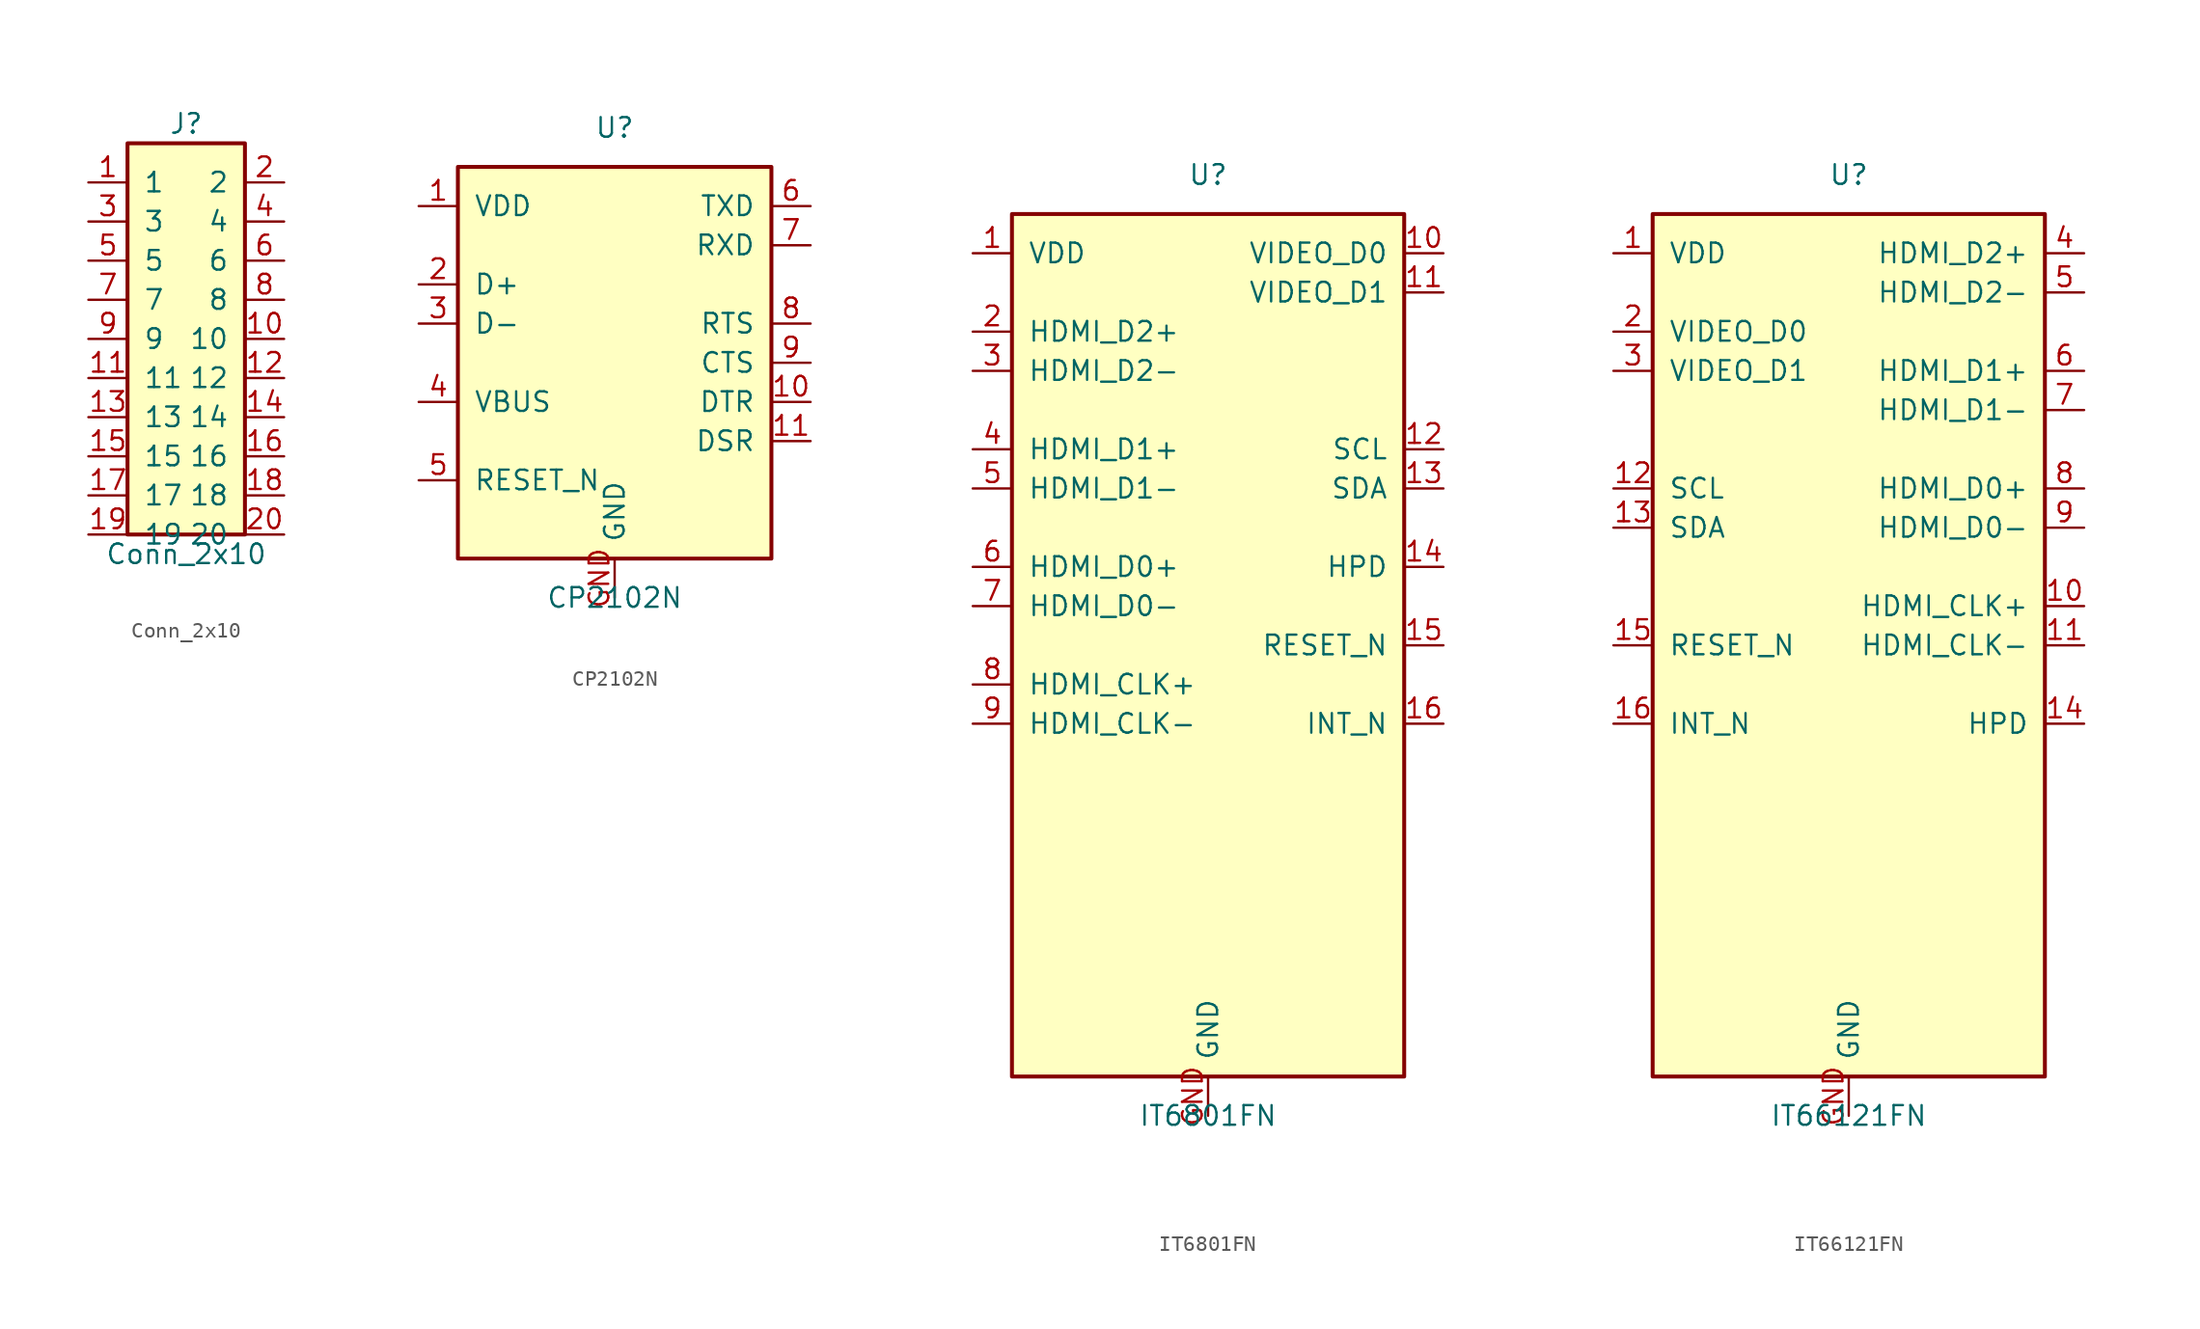
<source format=kicad_sym>
(kicad_symbol_lib
  (version 20231120)
  (generator "kicad_symbol_editor")
  (generator_version "8.0")
  (symbol "Conn_2x10"
    (pin_names
      (offset 1.016))
    (property "Reference" "J"
      (at 0 13.97 0)
      (effects (font (size 1.27 1.27))))
    (property "Value" "Conn_2x10"
      (at 0 -13.97 0)
      (effects (font (size 1.27 1.27))))
    (symbol "Conn_2x10_0_1"
      (rectangle (start -3.81 12.7) (end 3.81 -12.7) (stroke (width 0.254) (type default)) (fill (type background))))
    (symbol "Conn_2x10_1_1"
      (pin passive line (at -6.35 10.16 0) (length 2.54) (name "1" (effects (font (size 1.27 1.27)))) (number "1" (effects (font (size 1.27 1.27)))))
      (pin passive line (at 6.35 10.16 180) (length 2.54) (name "2" (effects (font (size 1.27 1.27)))) (number "2" (effects (font (size 1.27 1.27)))))
      (pin passive line (at -6.35 7.62 0) (length 2.54) (name "3" (effects (font (size 1.27 1.27)))) (number "3" (effects (font (size 1.27 1.27)))))
      (pin passive line (at 6.35 7.62 180) (length 2.54) (name "4" (effects (font (size 1.27 1.27)))) (number "4" (effects (font (size 1.27 1.27)))))
      (pin passive line (at -6.35 5.08 0) (length 2.54) (name "5" (effects (font (size 1.27 1.27)))) (number "5" (effects (font (size 1.27 1.27)))))
      (pin passive line (at 6.35 5.08 180) (length 2.54) (name "6" (effects (font (size 1.27 1.27)))) (number "6" (effects (font (size 1.27 1.27)))))
      (pin passive line (at -6.35 2.54 0) (length 2.54) (name "7" (effects (font (size 1.27 1.27)))) (number "7" (effects (font (size 1.27 1.27)))))
      (pin passive line (at 6.35 2.54 180) (length 2.54) (name "8" (effects (font (size 1.27 1.27)))) (number "8" (effects (font (size 1.27 1.27)))))
      (pin passive line (at -6.35 0 0) (length 2.54) (name "9" (effects (font (size 1.27 1.27)))) (number "9" (effects (font (size 1.27 1.27)))))
      (pin passive line (at 6.35 0 180) (length 2.54) (name "10" (effects (font (size 1.27 1.27)))) (number "10" (effects (font (size 1.27 1.27)))))
      (pin passive line (at -6.35 -2.54 0) (length 2.54) (name "11" (effects (font (size 1.27 1.27)))) (number "11" (effects (font (size 1.27 1.27)))))
      (pin passive line (at 6.35 -2.54 180) (length 2.54) (name "12" (effects (font (size 1.27 1.27)))) (number "12" (effects (font (size 1.27 1.27)))))
      (pin passive line (at -6.35 -5.08 0) (length 2.54) (name "13" (effects (font (size 1.27 1.27)))) (number "13" (effects (font (size 1.27 1.27)))))
      (pin passive line (at 6.35 -5.08 180) (length 2.54) (name "14" (effects (font (size 1.27 1.27)))) (number "14" (effects (font (size 1.27 1.27)))))
      (pin passive line (at -6.35 -7.62 0) (length 2.54) (name "15" (effects (font (size 1.27 1.27)))) (number "15" (effects (font (size 1.27 1.27)))))
      (pin passive line (at 6.35 -7.62 180) (length 2.54) (name "16" (effects (font (size 1.27 1.27)))) (number "16" (effects (font (size 1.27 1.27)))))
      (pin passive line (at -6.35 -10.16 0) (length 2.54) (name "17" (effects (font (size 1.27 1.27)))) (number "17" (effects (font (size 1.27 1.27)))))
      (pin passive line (at 6.35 -10.16 180) (length 2.54) (name "18" (effects (font (size 1.27 1.27)))) (number "18" (effects (font (size 1.27 1.27)))))
      (pin passive line (at -6.35 -12.7 0) (length 2.54) (name "19" (effects (font (size 1.27 1.27)))) (number "19" (effects (font (size 1.27 1.27)))))
      (pin passive line (at 6.35 -12.7 180) (length 2.54) (name "20" (effects (font (size 1.27 1.27)))) (number "20" (effects (font (size 1.27 1.27)))))))
  (symbol "CP2102N"
    (pin_names
      (offset 1.016))
    (property "Reference" "U"
      (at 0 15.24 0)
      (effects (font (size 1.27 1.27))))
    (property "Value" "CP2102N"
      (at 0 -15.24 0)
      (effects (font (size 1.27 1.27))))
    (symbol "CP2102N_0_1"
      (rectangle (start -10.16 12.7) (end 10.16 -12.7) (stroke (width 0.254) (type default)) (fill (type background))))
    (symbol "CP2102N_1_1"
      (pin power_in line (at -12.7 10.16 0) (length 2.54) (name "VDD" (effects (font (size 1.27 1.27)))) (number "1" (effects (font (size 1.27 1.27)))))
      (pin bidirectional line (at -12.7 5.08 0) (length 2.54) (name "D+" (effects (font (size 1.27 1.27)))) (number "2" (effects (font (size 1.27 1.27)))))
      (pin bidirectional line (at -12.7 2.54 0) (length 2.54) (name "D-" (effects (font (size 1.27 1.27)))) (number "3" (effects (font (size 1.27 1.27)))))
      (pin power_out line (at -12.7 -2.54 0) (length 2.54) (name "VBUS" (effects (font (size 1.27 1.27)))) (number "4" (effects (font (size 1.27 1.27)))))
      (pin input line (at -12.7 -7.62 0) (length 2.54) (name "RESET_N" (effects (font (size 1.27 1.27)))) (number "5" (effects (font (size 1.27 1.27)))))
      (pin output line (at 12.7 10.16 180) (length 2.54) (name "TXD" (effects (font (size 1.27 1.27)))) (number "6" (effects (font (size 1.27 1.27)))))
      (pin input line (at 12.7 7.62 180) (length 2.54) (name "RXD" (effects (font (size 1.27 1.27)))) (number "7" (effects (font (size 1.27 1.27)))))
      (pin output line (at 12.7 2.54 180) (length 2.54) (name "RTS" (effects (font (size 1.27 1.27)))) (number "8" (effects (font (size 1.27 1.27)))))
      (pin input line (at 12.7 0 180) (length 2.54) (name "CTS" (effects (font (size 1.27 1.27)))) (number "9" (effects (font (size 1.27 1.27)))))
      (pin output line (at 12.7 -2.54 180) (length 2.54) (name "DTR" (effects (font (size 1.27 1.27)))) (number "10" (effects (font (size 1.27 1.27)))))
      (pin input line (at 12.7 -5.08 180) (length 2.54) (name "DSR" (effects (font (size 1.27 1.27)))) (number "11" (effects (font (size 1.27 1.27)))))
      (pin power_in line (at 0 -15.24 90) (length 2.54) (name "GND" (effects (font (size 1.27 1.27)))) (number "GND" (effects (font (size 1.27 1.27)))))))
  (symbol "IT6801FN"
    (pin_names
      (offset 1.016))
    (property "Reference" "U"
      (at 0 30.48 0)
      (effects (font (size 1.27 1.27))))
    (property "Value" "IT6801FN"
      (at 0 -30.48 0)
      (effects (font (size 1.27 1.27))))
    (symbol "IT6801FN_0_1"
      (rectangle (start -12.7 27.94) (end 12.7 -27.94) (stroke (width 0.254) (type default)) (fill (type background))))
    (symbol "IT6801FN_1_1"
      (pin power_in line (at -15.24 25.4 0) (length 2.54) (name "VDD" (effects (font (size 1.27 1.27)))) (number "1" (effects (font (size 1.27 1.27)))))
      (pin bidirectional line (at -15.24 20.32 0) (length 2.54) (name "HDMI_D2+" (effects (font (size 1.27 1.27)))) (number "2" (effects (font (size 1.27 1.27)))))
      (pin bidirectional line (at -15.24 17.78 0) (length 2.54) (name "HDMI_D2-" (effects (font (size 1.27 1.27)))) (number "3" (effects (font (size 1.27 1.27)))))
      (pin bidirectional line (at -15.24 12.7 0) (length 2.54) (name "HDMI_D1+" (effects (font (size 1.27 1.27)))) (number "4" (effects (font (size 1.27 1.27)))))
      (pin bidirectional line (at -15.24 10.16 0) (length 2.54) (name "HDMI_D1-" (effects (font (size 1.27 1.27)))) (number "5" (effects (font (size 1.27 1.27)))))
      (pin bidirectional line (at -15.24 5.08 0) (length 2.54) (name "HDMI_D0+" (effects (font (size 1.27 1.27)))) (number "6" (effects (font (size 1.27 1.27)))))
      (pin bidirectional line (at -15.24 2.54 0) (length 2.54) (name "HDMI_D0-" (effects (font (size 1.27 1.27)))) (number "7" (effects (font (size 1.27 1.27)))))
      (pin bidirectional line (at -15.24 -2.54 0) (length 2.54) (name "HDMI_CLK+" (effects (font (size 1.27 1.27)))) (number "8" (effects (font (size 1.27 1.27)))))
      (pin bidirectional line (at -15.24 -5.08 0) (length 2.54) (name "HDMI_CLK-" (effects (font (size 1.27 1.27)))) (number "9" (effects (font (size 1.27 1.27)))))
      (pin bidirectional line (at 15.24 25.4 180) (length 2.54) (name "VIDEO_D0" (effects (font (size 1.27 1.27)))) (number "10" (effects (font (size 1.27 1.27)))))
      (pin bidirectional line (at 15.24 22.86 180) (length 2.54) (name "VIDEO_D1" (effects (font (size 1.27 1.27)))) (number "11" (effects (font (size 1.27 1.27)))))
      (pin bidirectional line (at 15.24 12.7 180) (length 2.54) (name "SCL" (effects (font (size 1.27 1.27)))) (number "12" (effects (font (size 1.27 1.27)))))
      (pin bidirectional line (at 15.24 10.16 180) (length 2.54) (name "SDA" (effects (font (size 1.27 1.27)))) (number "13" (effects (font (size 1.27 1.27)))))
      (pin input line (at 15.24 5.08 180) (length 2.54) (name "HPD" (effects (font (size 1.27 1.27)))) (number "14" (effects (font (size 1.27 1.27)))))
      (pin input line (at 15.24 0 180) (length 2.54) (name "RESET_N" (effects (font (size 1.27 1.27)))) (number "15" (effects (font (size 1.27 1.27)))))
      (pin output line (at 15.24 -5.08 180) (length 2.54) (name "INT_N" (effects (font (size 1.27 1.27)))) (number "16" (effects (font (size 1.27 1.27)))))
      (pin power_in line (at 0 -30.48 90) (length 2.54) (name "GND" (effects (font (size 1.27 1.27)))) (number "GND" (effects (font (size 1.27 1.27)))))))
  (symbol "IT66121FN"
    (pin_names
      (offset 1.016))
    (property "Reference" "U"
      (at 0 30.48 0)
      (effects (font (size 1.27 1.27))))
    (property "Value" "IT66121FN"
      (at 0 -30.48 0)
      (effects (font (size 1.27 1.27))))
    (symbol "IT66121FN_0_1"
      (rectangle (start -12.7 27.94) (end 12.7 -27.94) (stroke (width 0.254) (type default)) (fill (type background))))
    (symbol "IT66121FN_1_1"
      (pin power_in line (at -15.24 25.4 0) (length 2.54) (name "VDD" (effects (font (size 1.27 1.27)))) (number "1" (effects (font (size 1.27 1.27)))))
      (pin bidirectional line (at -15.24 20.32 0) (length 2.54) (name "VIDEO_D0" (effects (font (size 1.27 1.27)))) (number "2" (effects (font (size 1.27 1.27)))))
      (pin bidirectional line (at -15.24 17.78 0) (length 2.54) (name "VIDEO_D1" (effects (font (size 1.27 1.27)))) (number "3" (effects (font (size 1.27 1.27)))))
      (pin bidirectional line (at 15.24 25.4 180) (length 2.54) (name "HDMI_D2+" (effects (font (size 1.27 1.27)))) (number "4" (effects (font (size 1.27 1.27)))))
      (pin bidirectional line (at 15.24 22.86 180) (length 2.54) (name "HDMI_D2-" (effects (font (size 1.27 1.27)))) (number "5" (effects (font (size 1.27 1.27)))))
      (pin bidirectional line (at 15.24 17.78 180) (length 2.54) (name "HDMI_D1+" (effects (font (size 1.27 1.27)))) (number "6" (effects (font (size 1.27 1.27)))))
      (pin bidirectional line (at 15.24 15.24 180) (length 2.54) (name "HDMI_D1-" (effects (font (size 1.27 1.27)))) (number "7" (effects (font (size 1.27 1.27)))))
      (pin bidirectional line (at 15.24 10.16 180) (length 2.54) (name "HDMI_D0+" (effects (font (size 1.27 1.27)))) (number "8" (effects (font (size 1.27 1.27)))))
      (pin bidirectional line (at 15.24 7.62 180) (length 2.54) (name "HDMI_D0-" (effects (font (size 1.27 1.27)))) (number "9" (effects (font (size 1.27 1.27)))))
      (pin bidirectional line (at 15.24 2.54 180) (length 2.54) (name "HDMI_CLK+" (effects (font (size 1.27 1.27)))) (number "10" (effects (font (size 1.27 1.27)))))
      (pin bidirectional line (at 15.24 0 180) (length 2.54) (name "HDMI_CLK-" (effects (font (size 1.27 1.27)))) (number "11" (effects (font (size 1.27 1.27)))))
      (pin bidirectional line (at -15.24 10.16 0) (length 2.54) (name "SCL" (effects (font (size 1.27 1.27)))) (number "12" (effects (font (size 1.27 1.27)))))
      (pin bidirectional line (at -15.24 7.62 0) (length 2.54) (name "SDA" (effects (font (size 1.27 1.27)))) (number "13" (effects (font (size 1.27 1.27)))))
      (pin output line (at 15.24 -5.08 180) (length 2.54) (name "HPD" (effects (font (size 1.27 1.27)))) (number "14" (effects (font (size 1.27 1.27)))))
      (pin input line (at -15.24 0 0) (length 2.54) (name "RESET_N" (effects (font (size 1.27 1.27)))) (number "15" (effects (font (size 1.27 1.27)))))
      (pin output line (at -15.24 -5.08 0) (length 2.54) (name "INT_N" (effects (font (size 1.27 1.27)))) (number "16" (effects (font (size 1.27 1.27)))))
      (pin power_in line (at 0 -30.48 90) (length 2.54) (name "GND" (effects (font (size 1.27 1.27)))) (number "GND" (effects (font (size 1.27 1.27))))))))
</source>
